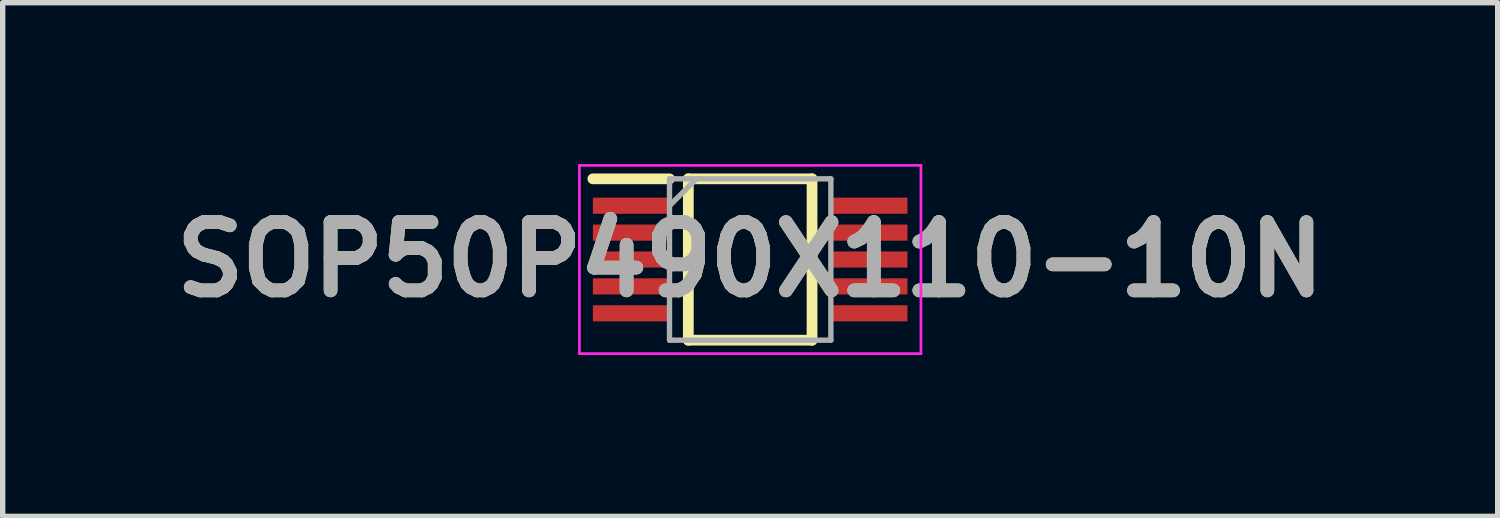
<source format=kicad_pcb>
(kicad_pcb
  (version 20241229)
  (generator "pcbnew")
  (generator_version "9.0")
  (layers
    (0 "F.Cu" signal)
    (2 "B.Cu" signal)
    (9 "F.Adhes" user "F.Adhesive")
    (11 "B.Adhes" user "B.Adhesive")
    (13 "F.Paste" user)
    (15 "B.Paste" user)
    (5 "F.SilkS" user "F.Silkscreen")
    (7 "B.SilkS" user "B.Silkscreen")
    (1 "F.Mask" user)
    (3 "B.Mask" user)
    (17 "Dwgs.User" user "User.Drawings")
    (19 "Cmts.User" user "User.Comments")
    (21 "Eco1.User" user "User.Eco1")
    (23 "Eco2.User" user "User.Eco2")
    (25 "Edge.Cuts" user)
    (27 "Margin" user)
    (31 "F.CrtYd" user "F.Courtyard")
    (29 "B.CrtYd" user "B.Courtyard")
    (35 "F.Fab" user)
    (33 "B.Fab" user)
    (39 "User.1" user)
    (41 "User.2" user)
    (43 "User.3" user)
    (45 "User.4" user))
  (footprint "SOP50P490X110-10N"
    (layer "F.Cu")
    (at 10.898 1.775)
    (property "Reference" "SOP50P490X110-10N" (at 0 0 0) (layer "F.SilkS") (effects (font (size 1.27 1.27) (thickness 0.254))))
    (attr smd)
    (fp_line (start -2.925 -1.5) (end -1.5 -1.5) (stroke (width 0.2) (type solid)) (layer "F.SilkS"))
    (fp_line (start -1.15 -1.5) (end 1.15 -1.5) (stroke (width 0.2) (type solid)) (layer "F.SilkS"))
    (fp_line (start -1.15 1.5) (end -1.15 -1.5) (stroke (width 0.2) (type solid)) (layer "F.SilkS"))
    (fp_line (start 1.15 -1.5) (end 1.15 1.5) (stroke (width 0.2) (type solid)) (layer "F.SilkS"))
    (fp_line (start 1.15 1.5) (end -1.15 1.5) (stroke (width 0.2) (type solid)) (layer "F.SilkS"))
    (fp_line (start -3.175 -1.75) (end 3.175 -1.75) (stroke (width 0.05) (type solid)) (layer "F.CrtYd"))
    (fp_line (start -3.175 1.75) (end -3.175 -1.75) (stroke (width 0.05) (type solid)) (layer "F.CrtYd"))
    (fp_line (start 3.175 -1.75) (end 3.175 1.75) (stroke (width 0.05) (type solid)) (layer "F.CrtYd"))
    (fp_line (start 3.175 1.75) (end -3.175 1.75) (stroke (width 0.05) (type solid)) (layer "F.CrtYd"))
    (fp_line (start -1.5 -1.5) (end 1.5 -1.5) (stroke (width 0.1) (type solid)) (layer "F.Fab"))
    (fp_line (start -1.5 -1) (end -1 -1.5) (stroke (width 0.1) (type solid)) (layer "F.Fab"))
    (fp_line (start -1.5 1.5) (end -1.5 -1.5) (stroke (width 0.1) (type solid)) (layer "F.Fab"))
    (fp_line (start 1.5 -1.5) (end 1.5 1.5) (stroke (width 0.1) (type solid)) (layer "F.Fab"))
    (fp_line (start 1.5 1.5) (end -1.5 1.5) (stroke (width 0.1) (type solid)) (layer "F.Fab"))
    (fp_text user "${REFERENCE}" (at 0 0 0) (layer "F.Fab") (effects (font (size 1.27 1.27) (thickness 0.254))))
    (pad "1" smd rect (at -2.212 -1 90) (size 0.3 1.425) (layers "F.Cu" "F.Mask" "F.Paste"))
    (pad "2" smd rect (at -2.212 -0.5 90) (size 0.3 1.425) (layers "F.Cu" "F.Mask" "F.Paste"))
    (pad "3" smd rect (at -2.212 0 90) (size 0.3 1.425) (layers "F.Cu" "F.Mask" "F.Paste"))
    (pad "4" smd rect (at -2.212 0.5 90) (size 0.3 1.425) (layers "F.Cu" "F.Mask" "F.Paste"))
    (pad "5" smd rect (at -2.212 1 90) (size 0.3 1.425) (layers "F.Cu" "F.Mask" "F.Paste"))
    (pad "6" smd rect (at 2.212 1 90) (size 0.3 1.425) (layers "F.Cu" "F.Mask" "F.Paste"))
    (pad "7" smd rect (at 2.212 0.5 90) (size 0.3 1.425) (layers "F.Cu" "F.Mask" "F.Paste"))
    (pad "8" smd rect (at 2.212 0 90) (size 0.3 1.425) (layers "F.Cu" "F.Mask" "F.Paste"))
    (pad "9" smd rect (at 2.212 -0.5 90) (size 0.3 1.425) (layers "F.Cu" "F.Mask" "F.Paste"))
    (pad "10" smd rect (at 2.212 -1 90) (size 0.3 1.425) (layers "F.Cu" "F.Mask" "F.Paste")))
  (gr_rect
    (start -3 -3)
    (end 24.796 6.55)
    (stroke (width 0.1) (type default))
    (fill no)
    (layer "Edge.Cuts")))
</source>
